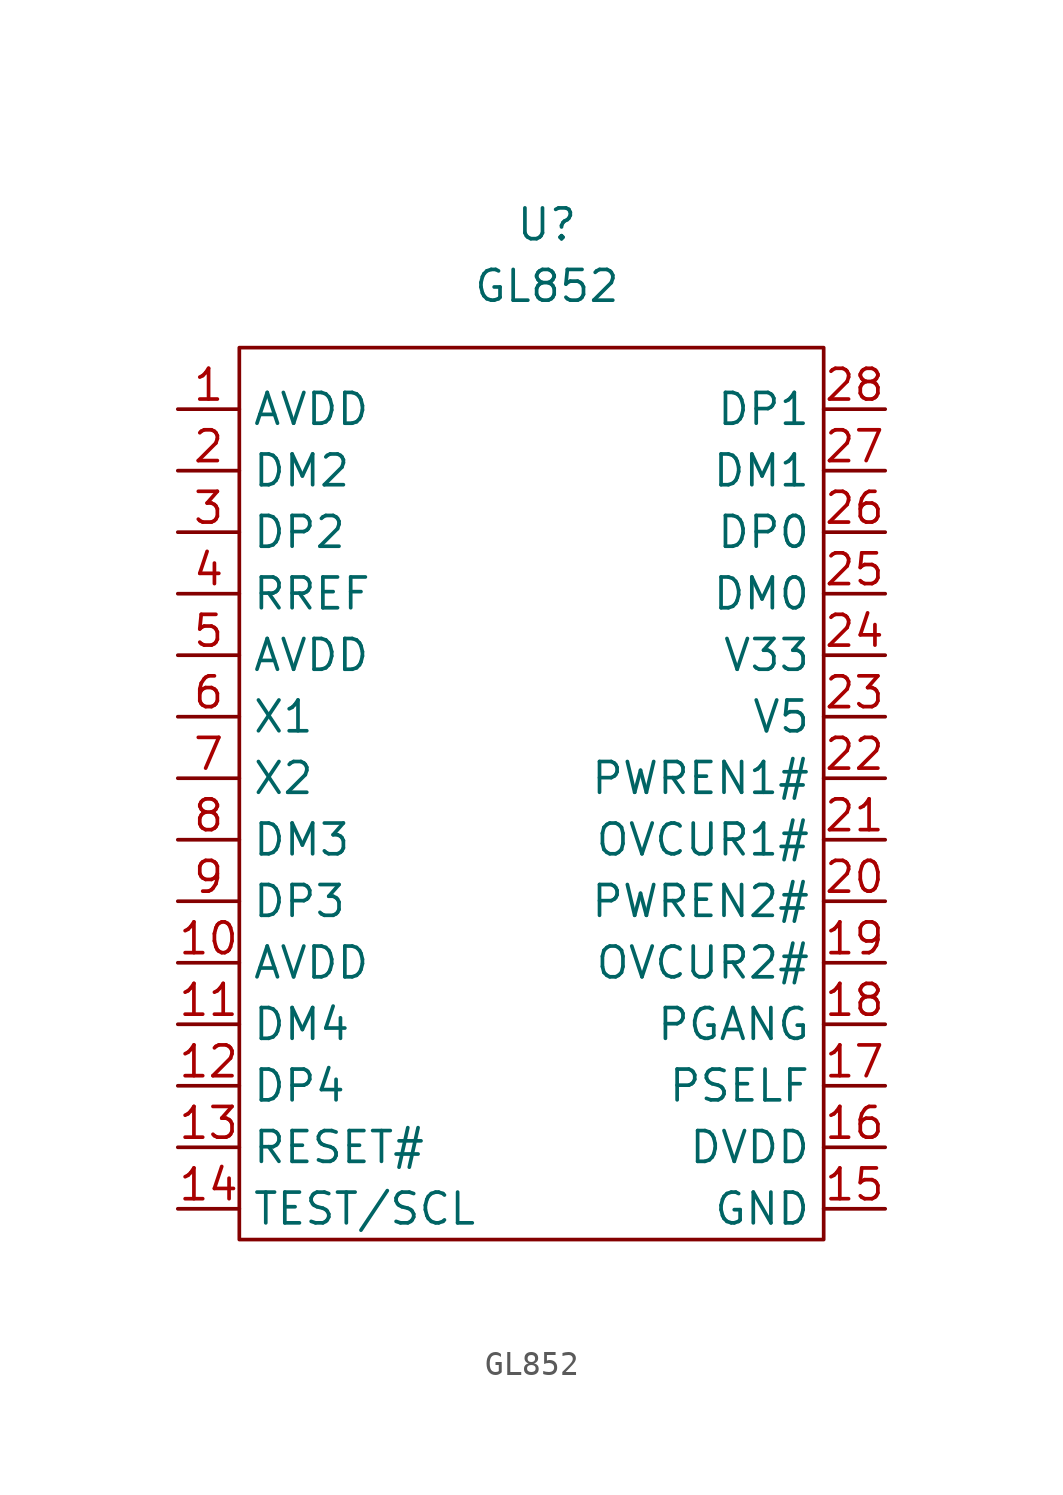
<source format=kicad_sym>
(kicad_symbol_lib
  (version 20211014)
  (generator kicad_symbol_editor)
  (symbol "GL852"
    (property "Reference" "U"
      (at 0 0 0)
      (effects (font (size 1.27 1.27))))
    (property "Value" "GL852"
      (at 0 -2.54 0)
      (effects (font (size 1.27 1.27))))
    (symbol "GL852_0_1"
      (rectangle (start -12.7 -5.08) (end 11.43 -41.91) (stroke (width 0) (type default) (color 0 0 0 0)) (fill (type none))))
    (symbol "GL852_1_1"
      (pin power_in line (at -15.24 -7.62 0) (length 2.54) (name "AVDD" (effects (font (size 1.27 1.27)))) (number "1" (effects (font (size 1.27 1.27)))))
      (pin power_in line (at -15.24 -30.48 0) (length 2.54) (name "AVDD" (effects (font (size 1.27 1.27)))) (number "10" (effects (font (size 1.27 1.27)))))
      (pin bidirectional line (at -15.24 -33.02 0) (length 2.54) (name "DM4" (effects (font (size 1.27 1.27)))) (number "11" (effects (font (size 1.27 1.27)))))
      (pin bidirectional line (at -15.24 -35.56 0) (length 2.54) (name "DP4" (effects (font (size 1.27 1.27)))) (number "12" (effects (font (size 1.27 1.27)))))
      (pin input line (at -15.24 -38.1 0) (length 2.54) (name "RESET#" (effects (font (size 1.27 1.27)))) (number "13" (effects (font (size 1.27 1.27)))))
      (pin input line (at -15.24 -40.64 0) (length 2.54) (name "TEST/SCL" (effects (font (size 1.27 1.27)))) (number "14" (effects (font (size 1.27 1.27)))))
      (pin power_in line (at 13.97 -40.64 180) (length 2.54) (name "GND" (effects (font (size 1.27 1.27)))) (number "15" (effects (font (size 1.27 1.27)))))
      (pin power_in line (at 13.97 -38.1 180) (length 2.54) (name "DVDD" (effects (font (size 1.27 1.27)))) (number "16" (effects (font (size 1.27 1.27)))))
      (pin input line (at 13.97 -35.56 180) (length 2.54) (name "PSELF" (effects (font (size 1.27 1.27)))) (number "17" (effects (font (size 1.27 1.27)))))
      (pin input line (at 13.97 -33.02 180) (length 2.54) (name "PGANG" (effects (font (size 1.27 1.27)))) (number "18" (effects (font (size 1.27 1.27)))))
      (pin output line (at 13.97 -30.48 180) (length 2.54) (name "OVCUR2#" (effects (font (size 1.27 1.27)))) (number "19" (effects (font (size 1.27 1.27)))))
      (pin bidirectional line (at -15.24 -10.16 0) (length 2.54) (name "DM2" (effects (font (size 1.27 1.27)))) (number "2" (effects (font (size 1.27 1.27)))))
      (pin output line (at 13.97 -27.94 180) (length 2.54) (name "PWREN2#" (effects (font (size 1.27 1.27)))) (number "20" (effects (font (size 1.27 1.27)))))
      (pin output line (at 13.97 -25.4 180) (length 2.54) (name "OVCUR1#" (effects (font (size 1.27 1.27)))) (number "21" (effects (font (size 1.27 1.27)))))
      (pin output line (at 13.97 -22.86 180) (length 2.54) (name "PWREN1#" (effects (font (size 1.27 1.27)))) (number "22" (effects (font (size 1.27 1.27)))))
      (pin power_in line (at 13.97 -20.32 180) (length 2.54) (name "V5" (effects (font (size 1.27 1.27)))) (number "23" (effects (font (size 1.27 1.27)))))
      (pin power_in line (at 13.97 -17.78 180) (length 2.54) (name "V33" (effects (font (size 1.27 1.27)))) (number "24" (effects (font (size 1.27 1.27)))))
      (pin bidirectional line (at 13.97 -15.24 180) (length 2.54) (name "DM0" (effects (font (size 1.27 1.27)))) (number "25" (effects (font (size 1.27 1.27)))))
      (pin bidirectional line (at 13.97 -12.7 180) (length 2.54) (name "DP0" (effects (font (size 1.27 1.27)))) (number "26" (effects (font (size 1.27 1.27)))))
      (pin bidirectional line (at 13.97 -10.16 180) (length 2.54) (name "DM1" (effects (font (size 1.27 1.27)))) (number "27" (effects (font (size 1.27 1.27)))))
      (pin bidirectional line (at 13.97 -7.62 180) (length 2.54) (name "DP1" (effects (font (size 1.27 1.27)))) (number "28" (effects (font (size 1.27 1.27)))))
      (pin bidirectional line (at -15.24 -12.7 0) (length 2.54) (name "DP2" (effects (font (size 1.27 1.27)))) (number "3" (effects (font (size 1.27 1.27)))))
      (pin input line (at -15.24 -15.24 0) (length 2.54) (name "RREF" (effects (font (size 1.27 1.27)))) (number "4" (effects (font (size 1.27 1.27)))))
      (pin power_in line (at -15.24 -17.78 0) (length 2.54) (name "AVDD" (effects (font (size 1.27 1.27)))) (number "5" (effects (font (size 1.27 1.27)))))
      (pin bidirectional line (at -15.24 -20.32 0) (length 2.54) (name "X1" (effects (font (size 1.27 1.27)))) (number "6" (effects (font (size 1.27 1.27)))))
      (pin bidirectional line (at -15.24 -22.86 0) (length 2.54) (name "X2" (effects (font (size 1.27 1.27)))) (number "7" (effects (font (size 1.27 1.27)))))
      (pin bidirectional line (at -15.24 -25.4 0) (length 2.54) (name "DM3" (effects (font (size 1.27 1.27)))) (number "8" (effects (font (size 1.27 1.27)))))
      (pin bidirectional line (at -15.24 -27.94 0) (length 2.54) (name "DP3" (effects (font (size 1.27 1.27)))) (number "9" (effects (font (size 1.27 1.27))))))))
</source>
